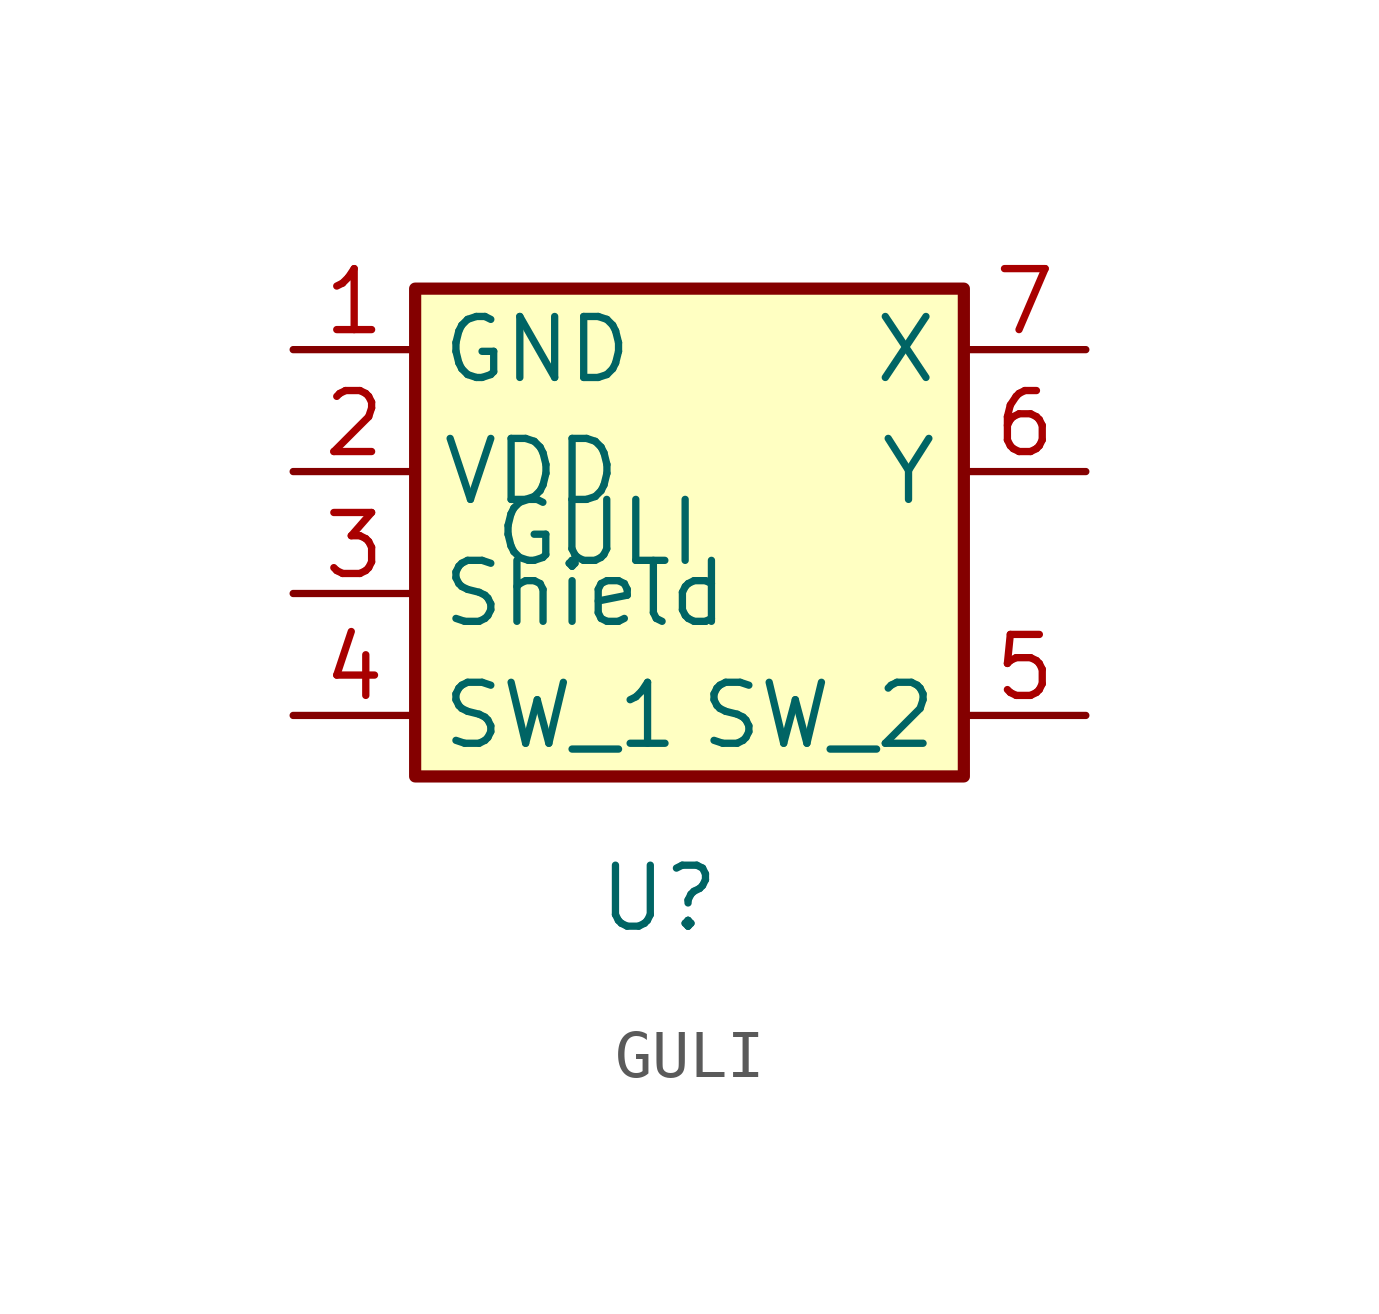
<source format=kicad_sym>
(kicad_symbol_lib
  (version 20220914)
  (generator kicad_symbol_editor)
  (symbol "GULI"
    (property "Reference" "U"
      (at 1.27 -7.62 0)
      (effects (font (size 1.27 1.27))))
    (property "Value" "GULI"
      (at 0 0 0)
      (effects (font (size 1.27 1.27))))
    (symbol "GULI_0_1"
      (rectangle (start -3.81 5.08) (end 7.62 -5.08) (stroke (width 0.254) (type default)) (fill (type background))))
    (symbol "GULI_1_1"
      (pin power_in line (at -6.35 3.81 0) (length 2.54) (name "GND" (effects (font (size 1.27 1.27)))) (number "1" (effects (font (size 1.27 1.27)))))
      (pin power_in line (at -6.35 1.27 0) (length 2.54) (name "VDD" (effects (font (size 1.27 1.27)))) (number "2" (effects (font (size 1.27 1.27)))))
      (pin passive line (at -6.35 -1.27 0) (length 2.54) (name "Shield" (effects (font (size 1.27 1.27)))) (number "3" (effects (font (size 1.27 1.27)))))
      (pin passive line (at -6.35 -3.81 0) (length 2.54) (name "SW_1" (effects (font (size 1.27 1.27)))) (number "4" (effects (font (size 1.27 1.27)))))
      (pin passive line (at 10.16 -3.81 180) (length 2.54) (name "SW_2" (effects (font (size 1.27 1.27)))) (number "5" (effects (font (size 1.27 1.27)))))
      (pin passive line (at 10.16 1.27 180) (length 2.54) (name "Y" (effects (font (size 1.27 1.27)))) (number "6" (effects (font (size 1.27 1.27)))))
      (pin passive line (at 10.16 3.81 180) (length 2.54) (name "X" (effects (font (size 1.27 1.27)))) (number "7" (effects (font (size 1.27 1.27))))))))
</source>
